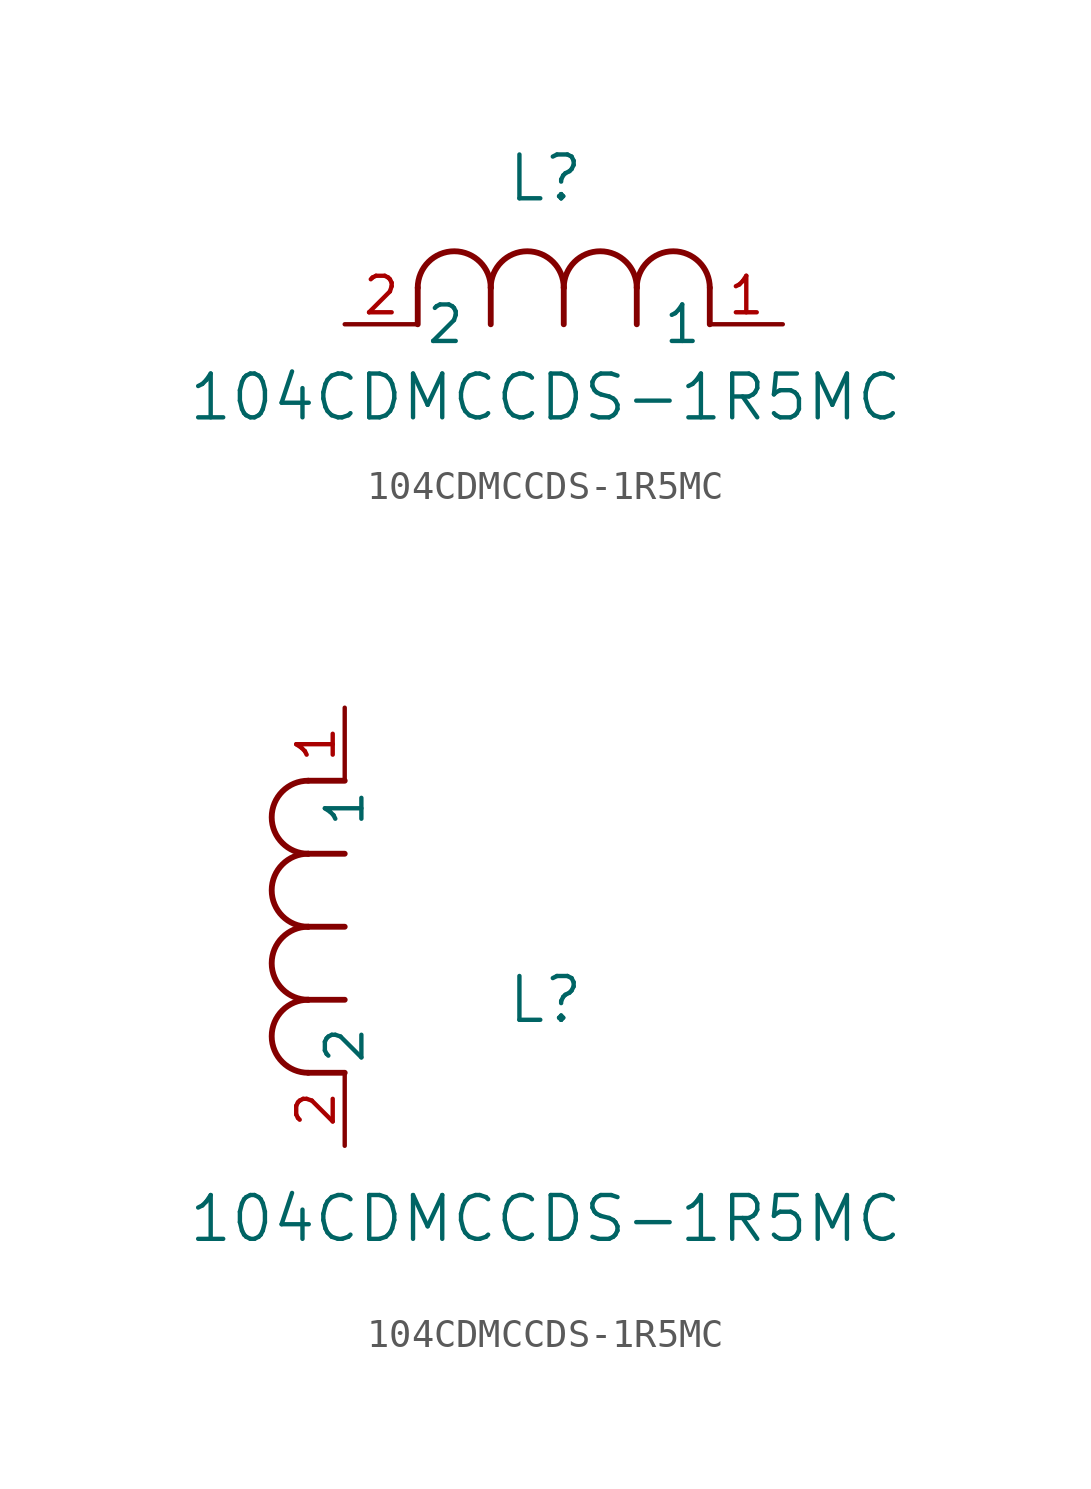
<source format=kicad_sym>
(kicad_symbol_lib
  (version 20211014)
  (generator kicad_symbol_editor)
  (symbol "104CDMCCDS-1R5MC"
    (pin_names
      (offset 0.254))
    (property "Reference" "L"
      (at 6.985 5.08 0)
      (effects (font (size 1.524 1.524))))
    (property "Value" "104CDMCCDS-1R5MC"
      (at 6.985 -2.54 0)
      (effects (font (size 1.524 1.524))))
    (symbol "104CDMCCDS-1R5MC_1_1"
      (arc (start 7.62 1.27) (mid 6.35 2.54) (end 5.08 1.27) (stroke (width 0.2032) (type default) (color 0 0 0 0)) (fill (type none)))
      (polyline (pts (xy 5.08 0) (xy 5.08 1.27)) (stroke (width 0.203) (type default) (color 0 0 0 0)) (fill (type none)))
      (polyline (pts (xy 7.62 0) (xy 7.62 1.27)) (stroke (width 0.203) (type default) (color 0 0 0 0)) (fill (type none)))
      (polyline (pts (xy 12.7 0) (xy 12.7 1.27)) (stroke (width 0.203) (type default) (color 0 0 0 0)) (fill (type none)))
      (arc (start 5.08 1.27) (mid 3.81 2.54) (end 2.54 1.27) (stroke (width 0.2032) (type default) (color 0 0 0 0)) (fill (type none)))
      (arc (start 10.16 1.27) (mid 8.89 2.54) (end 7.62 1.27) (stroke (width 0.2032) (type default) (color 0 0 0 0)) (fill (type none)))
      (arc (start 12.7 1.27) (mid 11.43 2.54) (end 10.16 1.27) (stroke (width 0.2032) (type default) (color 0 0 0 0)) (fill (type none)))
      (polyline (pts (xy 2.54 0) (xy 2.54 1.27)) (stroke (width 0.203) (type default) (color 0 0 0 0)) (fill (type none)))
      (polyline (pts (xy 10.16 0) (xy 10.16 1.27)) (stroke (width 0.203) (type default) (color 0 0 0 0)) (fill (type none)))
      (pin unspecified line (at 0 0 0) (length 2.54) (name "2" (effects (font (size 1.27 1.27)))) (number "2" (effects (font (size 1.27 1.27)))))
      (pin unspecified line (at 15.24 0 180) (length 2.54) (name "1" (effects (font (size 1.27 1.27)))) (number "1" (effects (font (size 1.27 1.27))))))
    (symbol "104CDMCCDS-1R5MC_1_2"
      (arc (start -1.27 7.62) (mid -2.54 6.35) (end -1.27 5.08) (stroke (width 0.2032) (type default) (color 0 0 0 0)) (fill (type none)))
      (arc (start -1.27 5.08) (mid -2.54 3.81) (end -1.27 2.54) (stroke (width 0.2032) (type default) (color 0 0 0 0)) (fill (type none)))
      (arc (start -1.27 12.7) (mid -2.54 11.43) (end -1.27 10.16) (stroke (width 0.2032) (type default) (color 0 0 0 0)) (fill (type none)))
      (arc (start -1.27 10.16) (mid -2.54 8.89) (end -1.27 7.62) (stroke (width 0.2032) (type default) (color 0 0 0 0)) (fill (type none)))
      (polyline (pts (xy 0 7.62) (xy -1.27 7.62)) (stroke (width 0.203) (type default) (color 0 0 0 0)) (fill (type none)))
      (polyline (pts (xy 0 5.08) (xy -1.27 5.08)) (stroke (width 0.203) (type default) (color 0 0 0 0)) (fill (type none)))
      (polyline (pts (xy 0 12.7) (xy -1.27 12.7)) (stroke (width 0.203) (type default) (color 0 0 0 0)) (fill (type none)))
      (polyline (pts (xy 0 2.54) (xy -1.27 2.54)) (stroke (width 0.203) (type default) (color 0 0 0 0)) (fill (type none)))
      (polyline (pts (xy 0 10.16) (xy -1.27 10.16)) (stroke (width 0.203) (type default) (color 0 0 0 0)) (fill (type none)))
      (pin unspecified line (at 0 0 90) (length 2.54) (name "2" (effects (font (size 1.27 1.27)))) (number "2" (effects (font (size 1.27 1.27)))))
      (pin unspecified line (at 0 15.24 270) (length 2.54) (name "1" (effects (font (size 1.27 1.27)))) (number "1" (effects (font (size 1.27 1.27))))))))
</source>
